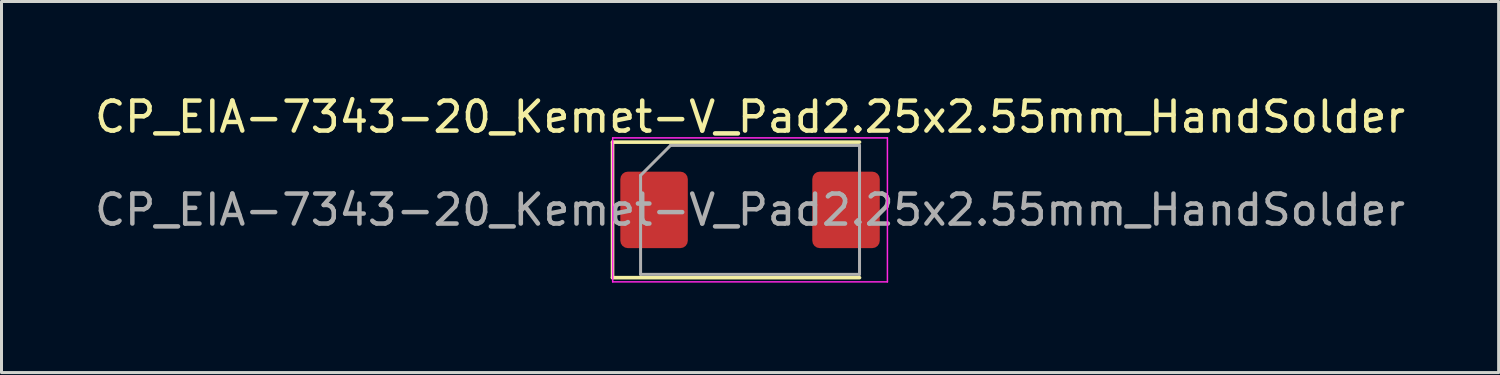
<source format=kicad_pcb>
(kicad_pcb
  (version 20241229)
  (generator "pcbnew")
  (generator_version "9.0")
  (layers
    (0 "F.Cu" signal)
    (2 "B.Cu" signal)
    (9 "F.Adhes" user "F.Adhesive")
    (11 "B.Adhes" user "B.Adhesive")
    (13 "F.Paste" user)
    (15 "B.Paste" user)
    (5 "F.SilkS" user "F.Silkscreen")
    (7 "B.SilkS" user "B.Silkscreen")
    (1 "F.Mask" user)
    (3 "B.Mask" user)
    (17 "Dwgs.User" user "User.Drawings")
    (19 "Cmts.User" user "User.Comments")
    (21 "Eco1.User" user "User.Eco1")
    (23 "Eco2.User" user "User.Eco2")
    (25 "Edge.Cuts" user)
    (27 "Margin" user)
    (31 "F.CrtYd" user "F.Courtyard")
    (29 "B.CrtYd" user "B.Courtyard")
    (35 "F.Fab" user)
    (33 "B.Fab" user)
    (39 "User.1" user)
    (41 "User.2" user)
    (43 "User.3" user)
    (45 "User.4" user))
  (footprint "CP_EIA-7343-20_Kemet-V_Pad2.25x2.55mm_HandSolder"
    (layer "F.Cu")
    (at 21.958 3.948)
    (property "Reference" "CP_EIA-7343-20_Kemet-V_Pad2.25x2.55mm_HandSolder" (at 0 -3.1 0) (layer "F.SilkS") (effects (font (size 1 1) (thickness 0.15))))
    (attr smd)
    (fp_line (start -4.585 -2.26) (end -4.585 2.26) (stroke (width 0.12) (type solid)) (layer "F.SilkS"))
    (fp_line (start -4.585 2.26) (end 3.65 2.26) (stroke (width 0.12) (type solid)) (layer "F.SilkS"))
    (fp_line (start 3.65 -2.26) (end -4.585 -2.26) (stroke (width 0.12) (type solid)) (layer "F.SilkS"))
    (fp_line (start -4.58 -2.4) (end 4.58 -2.4) (stroke (width 0.05) (type solid)) (layer "F.CrtYd"))
    (fp_line (start -4.58 2.4) (end -4.58 -2.4) (stroke (width 0.05) (type solid)) (layer "F.CrtYd"))
    (fp_line (start 4.58 -2.4) (end 4.58 2.4) (stroke (width 0.05) (type solid)) (layer "F.CrtYd"))
    (fp_line (start 4.58 2.4) (end -4.58 2.4) (stroke (width 0.05) (type solid)) (layer "F.CrtYd"))
    (fp_line (start -3.65 -1.15) (end -3.65 2.15) (stroke (width 0.1) (type solid)) (layer "F.Fab"))
    (fp_line (start -3.65 2.15) (end 3.65 2.15) (stroke (width 0.1) (type solid)) (layer "F.Fab"))
    (fp_line (start -2.65 -2.15) (end -3.65 -1.15) (stroke (width 0.1) (type solid)) (layer "F.Fab"))
    (fp_line (start 3.65 -2.15) (end -2.65 -2.15) (stroke (width 0.1) (type solid)) (layer "F.Fab"))
    (fp_line (start 3.65 2.15) (end 3.65 -2.15) (stroke (width 0.1) (type solid)) (layer "F.Fab"))
    (fp_text user "${REFERENCE}" (at 0 0 0) (layer "F.Fab") (effects (font (size 1 1) (thickness 0.15))))
    (pad "1" smd roundrect (at -3.2 0) (size 2.25 2.55) (layers "F.Cu" "F.Mask" "F.Paste") (roundrect_rratio 0.111))
    (pad "2" smd roundrect (at 3.2 0) (size 2.25 2.55) (layers "F.Cu" "F.Mask" "F.Paste") (roundrect_rratio 0.111)))
  (gr_rect
    (start -3 -3)
    (end 46.917 9.373)
    (stroke (width 0.1) (type default))
    (fill no)
    (layer "Edge.Cuts")))
</source>
